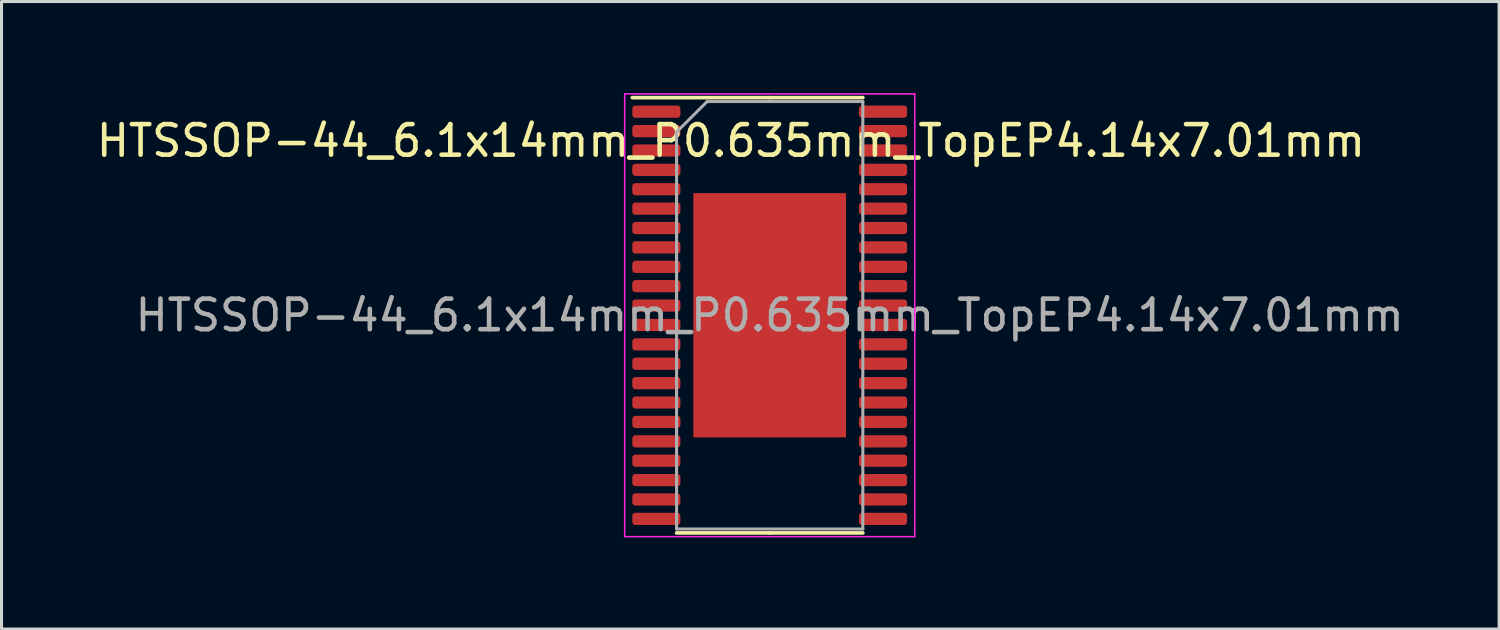
<source format=kicad_pcb>
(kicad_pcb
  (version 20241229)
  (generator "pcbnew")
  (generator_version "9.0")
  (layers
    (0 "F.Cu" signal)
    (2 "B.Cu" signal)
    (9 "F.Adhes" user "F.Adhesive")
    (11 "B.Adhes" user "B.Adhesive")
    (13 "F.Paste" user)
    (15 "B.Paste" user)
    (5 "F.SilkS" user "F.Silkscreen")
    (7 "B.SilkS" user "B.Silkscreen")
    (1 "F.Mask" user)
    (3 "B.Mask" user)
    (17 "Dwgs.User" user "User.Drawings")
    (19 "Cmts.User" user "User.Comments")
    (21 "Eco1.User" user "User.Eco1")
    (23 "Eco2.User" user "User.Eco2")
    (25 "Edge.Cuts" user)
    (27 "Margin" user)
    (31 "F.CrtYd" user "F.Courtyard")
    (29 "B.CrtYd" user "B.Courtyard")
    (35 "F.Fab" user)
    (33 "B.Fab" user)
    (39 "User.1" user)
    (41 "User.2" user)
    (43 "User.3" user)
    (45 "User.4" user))
  (footprint "HTSSOP-44_6.1x14mm_P0.635mm_TopEP4.14x7.01mm"
    (layer "F.Cu")
    (at 22.157 7.275)
    (property "Reference" "HTSSOP-44_6.1x14mm_P0.635mm_TopEP4.14x7.01mm" (at -1.27 -5.715 0) (layer "F.SilkS") (effects (font (size 1 1) (thickness 0.15))))
    (attr smd)
    (fp_line (start 0 -7.128) (end -4.5 -7.128) (stroke (width 0.12) (type solid)) (layer "F.SilkS"))
    (fp_line (start 0 -7.128) (end 3.05 -7.128) (stroke (width 0.12) (type solid)) (layer "F.SilkS"))
    (fp_line (start 0 7.128) (end -3.05 7.128) (stroke (width 0.12) (type solid)) (layer "F.SilkS"))
    (fp_line (start 0 7.128) (end 3.05 7.128) (stroke (width 0.12) (type solid)) (layer "F.SilkS"))
    (fp_line (start -4.75 -7.25) (end -4.75 7.25) (stroke (width 0.05) (type solid)) (layer "F.CrtYd"))
    (fp_line (start -4.75 7.25) (end 4.75 7.25) (stroke (width 0.05) (type solid)) (layer "F.CrtYd"))
    (fp_line (start 4.75 -7.25) (end -4.75 -7.25) (stroke (width 0.05) (type solid)) (layer "F.CrtYd"))
    (fp_line (start 4.75 7.25) (end 4.75 -7.25) (stroke (width 0.05) (type solid)) (layer "F.CrtYd"))
    (fp_line (start -3.05 -6) (end -2.05 -7) (stroke (width 0.1) (type solid)) (layer "F.Fab"))
    (fp_line (start -3.05 7) (end -3.05 -6) (stroke (width 0.1) (type solid)) (layer "F.Fab"))
    (fp_line (start -2.05 -7) (end 3.05 -7) (stroke (width 0.1) (type solid)) (layer "F.Fab"))
    (fp_line (start 3.05 -7) (end 3.05 7) (stroke (width 0.1) (type solid)) (layer "F.Fab"))
    (fp_line (start 3.05 7) (end -3.05 7) (stroke (width 0.1) (type solid)) (layer "F.Fab"))
    (fp_text user "${REFERENCE}" (at 0 0 0) (layer "F.Fab") (effects (font (size 1 1) (thickness 0.15))))
    (pad "0" smd rect (at 0 0) (size 5 8) (layers "F.Cu" "F.Mask" "F.Paste"))
    (pad "1" smd roundrect (at -3.712 -6.668) (size 1.575 0.4) (layers "F.Cu" "F.Mask" "F.Paste") (roundrect_rratio 0.25))
    (pad "2" smd roundrect (at -3.712 -6.032) (size 1.575 0.4) (layers "F.Cu" "F.Mask" "F.Paste") (roundrect_rratio 0.25))
    (pad "3" smd roundrect (at -3.712 -5.397) (size 1.575 0.4) (layers "F.Cu" "F.Mask" "F.Paste") (roundrect_rratio 0.25))
    (pad "4" smd roundrect (at -3.712 -4.763) (size 1.575 0.4) (layers "F.Cu" "F.Mask" "F.Paste") (roundrect_rratio 0.25))
    (pad "5" smd roundrect (at -3.712 -4.128) (size 1.575 0.4) (layers "F.Cu" "F.Mask" "F.Paste") (roundrect_rratio 0.25))
    (pad "6" smd roundrect (at -3.712 -3.493) (size 1.575 0.4) (layers "F.Cu" "F.Mask" "F.Paste") (roundrect_rratio 0.25))
    (pad "7" smd roundrect (at -3.712 -2.857) (size 1.575 0.4) (layers "F.Cu" "F.Mask" "F.Paste") (roundrect_rratio 0.25))
    (pad "8" smd roundrect (at -3.712 -2.223) (size 1.575 0.4) (layers "F.Cu" "F.Mask" "F.Paste") (roundrect_rratio 0.25))
    (pad "9" smd roundrect (at -3.712 -1.587) (size 1.575 0.4) (layers "F.Cu" "F.Mask" "F.Paste") (roundrect_rratio 0.25))
    (pad "10" smd roundrect (at -3.712 -0.953) (size 1.575 0.4) (layers "F.Cu" "F.Mask" "F.Paste") (roundrect_rratio 0.25))
    (pad "11" smd roundrect (at -3.712 -0.318) (size 1.575 0.4) (layers "F.Cu" "F.Mask" "F.Paste") (roundrect_rratio 0.25))
    (pad "12" smd roundrect (at -3.712 0.318) (size 1.575 0.4) (layers "F.Cu" "F.Mask" "F.Paste") (roundrect_rratio 0.25))
    (pad "13" smd roundrect (at -3.712 0.953) (size 1.575 0.4) (layers "F.Cu" "F.Mask" "F.Paste") (roundrect_rratio 0.25))
    (pad "14" smd roundrect (at -3.712 1.587) (size 1.575 0.4) (layers "F.Cu" "F.Mask" "F.Paste") (roundrect_rratio 0.25))
    (pad "15" smd roundrect (at -3.712 2.223) (size 1.575 0.4) (layers "F.Cu" "F.Mask" "F.Paste") (roundrect_rratio 0.25))
    (pad "16" smd roundrect (at -3.712 2.857) (size 1.575 0.4) (layers "F.Cu" "F.Mask" "F.Paste") (roundrect_rratio 0.25))
    (pad "17" smd roundrect (at -3.712 3.493) (size 1.575 0.4) (layers "F.Cu" "F.Mask" "F.Paste") (roundrect_rratio 0.25))
    (pad "18" smd roundrect (at -3.712 4.128) (size 1.575 0.4) (layers "F.Cu" "F.Mask" "F.Paste") (roundrect_rratio 0.25))
    (pad "19" smd roundrect (at -3.712 4.763) (size 1.575 0.4) (layers "F.Cu" "F.Mask" "F.Paste") (roundrect_rratio 0.25))
    (pad "20" smd roundrect (at -3.712 5.397) (size 1.575 0.4) (layers "F.Cu" "F.Mask" "F.Paste") (roundrect_rratio 0.25))
    (pad "21" smd roundrect (at -3.712 6.032) (size 1.575 0.4) (layers "F.Cu" "F.Mask" "F.Paste") (roundrect_rratio 0.25))
    (pad "22" smd roundrect (at -3.712 6.668) (size 1.575 0.4) (layers "F.Cu" "F.Mask" "F.Paste") (roundrect_rratio 0.25))
    (pad "23" smd roundrect (at 3.712 6.668) (size 1.575 0.4) (layers "F.Cu" "F.Mask" "F.Paste") (roundrect_rratio 0.25))
    (pad "24" smd roundrect (at 3.712 6.032) (size 1.575 0.4) (layers "F.Cu" "F.Mask" "F.Paste") (roundrect_rratio 0.25))
    (pad "25" smd roundrect (at 3.712 5.397) (size 1.575 0.4) (layers "F.Cu" "F.Mask" "F.Paste") (roundrect_rratio 0.25))
    (pad "26" smd roundrect (at 3.712 4.763) (size 1.575 0.4) (layers "F.Cu" "F.Mask" "F.Paste") (roundrect_rratio 0.25))
    (pad "27" smd roundrect (at 3.712 4.128) (size 1.575 0.4) (layers "F.Cu" "F.Mask" "F.Paste") (roundrect_rratio 0.25))
    (pad "28" smd roundrect (at 3.712 3.493) (size 1.575 0.4) (layers "F.Cu" "F.Mask" "F.Paste") (roundrect_rratio 0.25))
    (pad "29" smd roundrect (at 3.712 2.857) (size 1.575 0.4) (layers "F.Cu" "F.Mask" "F.Paste") (roundrect_rratio 0.25))
    (pad "30" smd roundrect (at 3.712 2.223) (size 1.575 0.4) (layers "F.Cu" "F.Mask" "F.Paste") (roundrect_rratio 0.25))
    (pad "31" smd roundrect (at 3.712 1.587) (size 1.575 0.4) (layers "F.Cu" "F.Mask" "F.Paste") (roundrect_rratio 0.25))
    (pad "32" smd roundrect (at 3.712 0.953) (size 1.575 0.4) (layers "F.Cu" "F.Mask" "F.Paste") (roundrect_rratio 0.25))
    (pad "33" smd roundrect (at 3.712 0.318) (size 1.575 0.4) (layers "F.Cu" "F.Mask" "F.Paste") (roundrect_rratio 0.25))
    (pad "34" smd roundrect (at 3.712 -0.318) (size 1.575 0.4) (layers "F.Cu" "F.Mask" "F.Paste") (roundrect_rratio 0.25))
    (pad "35" smd roundrect (at 3.712 -0.953) (size 1.575 0.4) (layers "F.Cu" "F.Mask" "F.Paste") (roundrect_rratio 0.25))
    (pad "36" smd roundrect (at 3.712 -1.587) (size 1.575 0.4) (layers "F.Cu" "F.Mask" "F.Paste") (roundrect_rratio 0.25))
    (pad "37" smd roundrect (at 3.712 -2.223) (size 1.575 0.4) (layers "F.Cu" "F.Mask" "F.Paste") (roundrect_rratio 0.25))
    (pad "38" smd roundrect (at 3.712 -2.857) (size 1.575 0.4) (layers "F.Cu" "F.Mask" "F.Paste") (roundrect_rratio 0.25))
    (pad "39" smd roundrect (at 3.712 -3.493) (size 1.575 0.4) (layers "F.Cu" "F.Mask" "F.Paste") (roundrect_rratio 0.25))
    (pad "40" smd roundrect (at 3.712 -4.128) (size 1.575 0.4) (layers "F.Cu" "F.Mask" "F.Paste") (roundrect_rratio 0.25))
    (pad "41" smd roundrect (at 3.712 -4.763) (size 1.575 0.4) (layers "F.Cu" "F.Mask" "F.Paste") (roundrect_rratio 0.25))
    (pad "42" smd roundrect (at 3.712 -5.397) (size 1.575 0.4) (layers "F.Cu" "F.Mask" "F.Paste") (roundrect_rratio 0.25))
    (pad "43" smd roundrect (at 3.712 -6.032) (size 1.575 0.4) (layers "F.Cu" "F.Mask" "F.Paste") (roundrect_rratio 0.25))
    (pad "44" smd roundrect (at 3.712 -6.668) (size 1.575 0.4) (layers "F.Cu" "F.Mask" "F.Paste") (roundrect_rratio 0.25)))
  (gr_rect
    (start -3 -3)
    (end 46.044 17.55)
    (stroke (width 0.1) (type default))
    (fill no)
    (layer "Edge.Cuts")))
</source>
